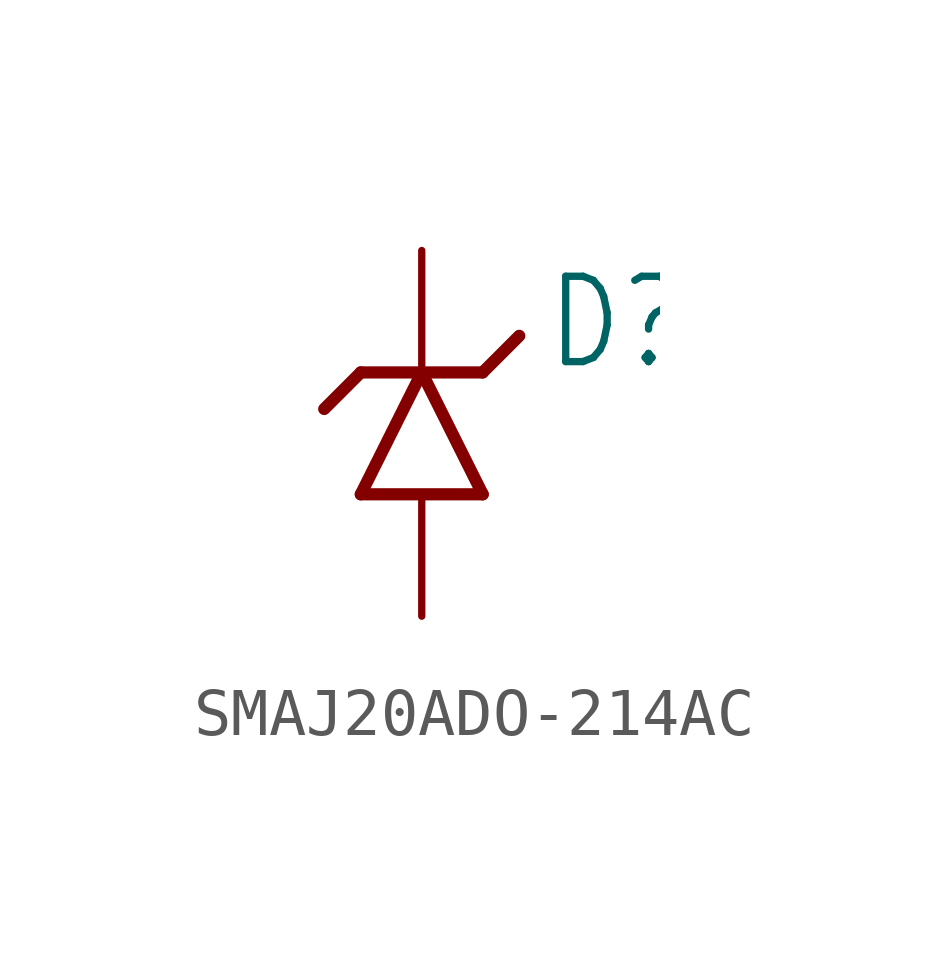
<source format=kicad_sym>
(kicad_symbol_lib
  (version 20220914)
  (generator kicad_symbol_editor)
  (symbol "SMAJ20ADO-214AC"
    (property "Reference" "D"
      (at 2.54 0 0)
      (effects (font (size 1.778 1.511)) (justify left bottom)))
    (property "Value" ""
      (at 2.54 -2.54 0)
      (effects (font (size 1.778 1.511)) (justify left bottom)))
    (property "ki_locked" ""
      (at 0 0 0)
      (effects (font (size 1.27 1.27))))
    (symbol "SMAJ20ADO-214AC_1_0"
      (polyline (pts (xy -1.27 -2.54) (xy 1.27 -2.54)) (stroke (width 0.254) (type solid)) (fill (type none)))
      (polyline (pts (xy -1.27 0) (xy -2.032 -0.762)) (stroke (width 0.254) (type solid)) (fill (type none)))
      (polyline (pts (xy 0 0) (xy -1.27 -2.54)) (stroke (width 0.254) (type solid)) (fill (type none)))
      (polyline (pts (xy 0 0) (xy -1.27 0)) (stroke (width 0.254) (type solid)) (fill (type none)))
      (polyline (pts (xy 1.27 -2.54) (xy 0 0)) (stroke (width 0.254) (type solid)) (fill (type none)))
      (polyline (pts (xy 1.27 0) (xy 0 0)) (stroke (width 0.254) (type solid)) (fill (type none)))
      (polyline (pts (xy 2.032 0.762) (xy 1.27 0)) (stroke (width 0.254) (type solid)) (fill (type none)))
      (pin passive line (at 0 -5.08 90) (length 2.54) (name "A" (effects (font (size 0 0)))) (number "1" (effects (font (size 0 0)))))
      (pin passive line (at 0 2.54 270) (length 2.54) (name "C" (effects (font (size 0 0)))) (number "2" (effects (font (size 0 0))))))))
</source>
